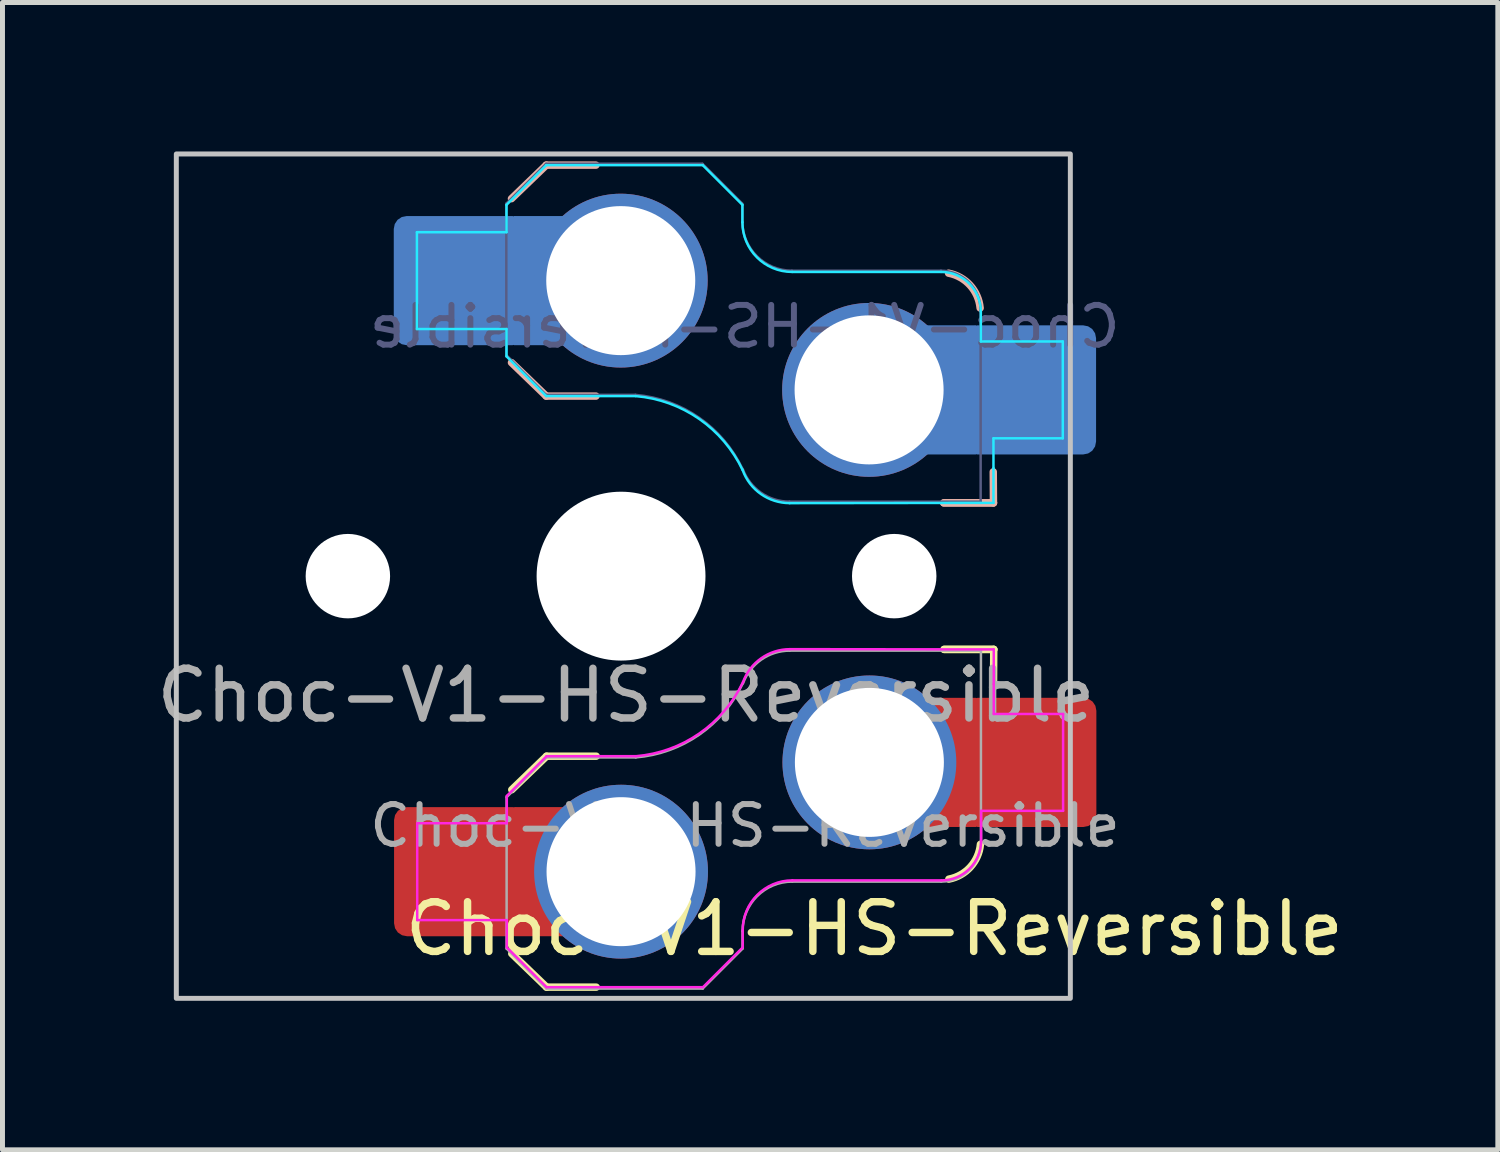
<source format=kicad_pcb>
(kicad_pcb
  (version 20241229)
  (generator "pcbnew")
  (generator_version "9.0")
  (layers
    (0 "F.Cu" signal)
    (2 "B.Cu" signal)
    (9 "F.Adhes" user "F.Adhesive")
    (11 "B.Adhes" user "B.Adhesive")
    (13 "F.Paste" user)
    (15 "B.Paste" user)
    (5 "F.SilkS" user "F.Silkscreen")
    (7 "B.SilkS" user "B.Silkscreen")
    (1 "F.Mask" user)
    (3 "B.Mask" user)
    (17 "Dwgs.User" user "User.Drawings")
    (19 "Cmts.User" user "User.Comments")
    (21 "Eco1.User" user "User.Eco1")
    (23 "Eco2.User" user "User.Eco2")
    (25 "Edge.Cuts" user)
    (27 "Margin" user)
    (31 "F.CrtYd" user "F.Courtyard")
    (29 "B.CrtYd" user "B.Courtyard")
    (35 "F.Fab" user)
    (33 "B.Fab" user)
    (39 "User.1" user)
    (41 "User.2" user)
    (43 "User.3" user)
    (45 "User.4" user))
  (footprint "Choc-V1-HS-Reversible"
    (layer "F.Cu")
    (at 9.454 8.55)
    (property "Reference" "Choc-V1-HS-Reversible" (at 5.1 7.1 0) (unlocked yes) (layer "F.SilkS") (effects (font (size 1 1) (thickness 0.15))))
    (attr through_hole)
    (fp_line (start -2.2 7.6) (end -1.5 8.275) (stroke (width 0.15) (type solid)) (layer "F.SilkS"))
    (fp_line (start -1.5 3.625) (end -2.2 4.3) (stroke (width 0.15) (type solid)) (layer "F.SilkS"))
    (fp_line (start -1.5 3.625) (end -0.5 3.625) (stroke (width 0.15) (type solid)) (layer "F.SilkS"))
    (fp_line (start -1.5 8.275) (end -0.5 8.275) (stroke (width 0.15) (type solid)) (layer "F.SilkS"))
    (fp_line (start 7.504 1.475) (end 6.504 1.475) (stroke (width 0.15) (type solid)) (layer "F.SilkS"))
    (fp_line (start 7.504 1.475) (end 6.504 1.475) (stroke (width 0.15) (type solid)) (layer "F.SilkS"))
    (fp_line (start 7.504 1.475) (end 7.5 2.1) (stroke (width 0.15) (type solid)) (layer "F.SilkS"))
    (fp_arc (start 7.235936 5.398682) (mid 7.03477 5.855253) (end 6.6 6.099999) (stroke (width 0.15) (type solid)) (layer "F.SilkS"))
    (fp_line (start -2.206 -7.6) (end -1.506 -8.275) (stroke (width 0.15) (type solid)) (layer "B.SilkS"))
    (fp_line (start -1.506 -8.275) (end -0.506 -8.275) (stroke (width 0.15) (type solid)) (layer "B.SilkS"))
    (fp_line (start -1.506 -3.625) (end -2.206 -4.3) (stroke (width 0.15) (type solid)) (layer "B.SilkS"))
    (fp_line (start -1.506 -3.625) (end -0.506 -3.625) (stroke (width 0.15) (type solid)) (layer "B.SilkS"))
    (fp_line (start 7.498 -1.475) (end 6.498 -1.475) (stroke (width 0.15) (type solid)) (layer "B.SilkS"))
    (fp_line (start 7.498 -1.475) (end 6.498 -1.475) (stroke (width 0.15) (type solid)) (layer "B.SilkS"))
    (fp_line (start 7.498 -1.475) (end 7.494 -2.1) (stroke (width 0.15) (type solid)) (layer "B.SilkS"))
    (fp_arc (start 6.594 -6.099999) (mid 7.028769 -5.855253) (end 7.229936 -5.398682) (stroke (width 0.15) (type solid)) (layer "B.SilkS"))
    (fp_rect (start -8.954 -8.5) (end 9.046 8.5) (stroke (width 0.1) (type default)) (fill no) (layer "Dwgs.User"))
    (fp_line (start -6.95 -6.45) (end -6.95 6.45) (stroke (width 0.05) (type solid)) (layer "Eco2.User"))
    (fp_line (start -6.45 6.95) (end 6.45 6.95) (stroke (width 0.05) (type solid)) (layer "Eco2.User"))
    (fp_line (start 6.45 -6.95) (end -6.45 -6.95) (stroke (width 0.05) (type solid)) (layer "Eco2.User"))
    (fp_line (start 6.95 6.45) (end 6.95 -6.45) (stroke (width 0.05) (type solid)) (layer "Eco2.User"))
    (fp_arc (start -6.95 -6.45) (mid -6.803553 -6.803553) (end -6.45 -6.95) (stroke (width 0.05) (type solid)) (layer "Eco2.User"))
    (fp_arc (start -6.45 6.95) (mid -6.803553 6.803553) (end -6.95 6.45) (stroke (width 0.05) (type solid)) (layer "Eco2.User"))
    (fp_arc (start 6.45 -6.95) (mid 6.803553 -6.803553) (end 6.95 -6.45) (stroke (width 0.05) (type solid)) (layer "Eco2.User"))
    (fp_arc (start 6.95 6.45) (mid 6.803553 6.803553) (end 6.45 6.95) (stroke (width 0.05) (type solid)) (layer "Eco2.User"))
    (fp_line (start -4.11 -6.925) (end -2.306 -6.925) (stroke (width 0.05) (type solid)) (layer "B.CrtYd"))
    (fp_line (start -4.11 -4.975) (end -4.11 -6.925) (stroke (width 0.05) (type solid)) (layer "B.CrtYd"))
    (fp_line (start -4.11 -4.975) (end -2.306 -4.975) (stroke (width 0.05) (type solid)) (layer "B.CrtYd"))
    (fp_line (start -2.306 -7.475) (end -2.306 -6.925) (stroke (width 0.05) (type solid)) (layer "B.CrtYd"))
    (fp_line (start -2.306 -7.475) (end -1.506 -8.275) (stroke (width 0.05) (type solid)) (layer "B.CrtYd"))
    (fp_line (start -2.306 -4.975) (end -2.306 -4.425) (stroke (width 0.05) (type solid)) (layer "B.CrtYd"))
    (fp_line (start -1.506 -8.275) (end 1.644 -8.275) (stroke (width 0.05) (type solid)) (layer "B.CrtYd"))
    (fp_line (start -1.506 -3.625) (end -2.306 -4.425) (stroke (width 0.05) (type solid)) (layer "B.CrtYd"))
    (fp_line (start -1.506 -3.625) (end 0.294 -3.625) (stroke (width 0.05) (type solid)) (layer "B.CrtYd"))
    (fp_line (start 2.444 -7.475) (end 1.644 -8.275) (stroke (width 0.05) (type solid)) (layer "B.CrtYd"))
    (fp_line (start 2.444 -7.475) (end 2.444 -7.125) (stroke (width 0.05) (type solid)) (layer "B.CrtYd"))
    (fp_line (start 3.444 -6.125) (end 6.444 -6.125) (stroke (width 0.05) (type solid)) (layer "B.CrtYd"))
    (fp_line (start 7.244 -5.325) (end 7.244 -4.725) (stroke (width 0.05) (type solid)) (layer "B.CrtYd"))
    (fp_line (start 7.244 -4.725) (end 8.894 -4.725) (stroke (width 0.05) (type solid)) (layer "B.CrtYd"))
    (fp_line (start 7.498 -2.175) (end 7.498 -2.775) (stroke (width 0.05) (type solid)) (layer "B.CrtYd"))
    (fp_line (start 7.498 -1.475) (end 3.394 -1.47) (stroke (width 0.05) (type solid)) (layer "B.CrtYd"))
    (fp_line (start 7.498 -1.475) (end 7.498 -2.175) (stroke (width 0.05) (type solid)) (layer "B.CrtYd"))
    (fp_line (start 8.894 -4.725) (end 8.894 -2.775) (stroke (width 0.05) (type solid)) (layer "B.CrtYd"))
    (fp_line (start 8.894 -2.775) (end 7.498 -2.775) (stroke (width 0.05) (type solid)) (layer "B.CrtYd"))
    (fp_arc (start 0.293999 -3.624999) (mid 1.57127 -3.167233) (end 2.449443 -2.13293) (stroke (width 0.05) (type solid)) (layer "B.CrtYd"))
    (fp_arc (start 3.394 -1.470412) (mid 2.81713 -1.652554) (end 2.449444 -2.13293) (stroke (width 0.05) (type solid)) (layer "B.CrtYd"))
    (fp_arc (start 3.444 -6.125) (mid 2.736893 -6.417893) (end 2.444 -7.125) (stroke (width 0.05) (type solid)) (layer "B.CrtYd"))
    (fp_arc (start 6.444 -6.125) (mid 7.009685 -5.890685) (end 7.244 -5.325) (stroke (width 0.05) (type solid)) (layer "B.CrtYd"))
    (fp_line (start -4.104 4.975) (end -4.104 6.925) (stroke (width 0.05) (type solid)) (layer "F.CrtYd"))
    (fp_line (start -4.104 4.975) (end -2.3 4.975) (stroke (width 0.05) (type solid)) (layer "F.CrtYd"))
    (fp_line (start -4.104 6.925) (end -2.3 6.925) (stroke (width 0.05) (type solid)) (layer "F.CrtYd"))
    (fp_line (start -2.3 4.975) (end -2.3 4.425) (stroke (width 0.05) (type solid)) (layer "F.CrtYd"))
    (fp_line (start -2.3 7.475) (end -2.3 6.925) (stroke (width 0.05) (type solid)) (layer "F.CrtYd"))
    (fp_line (start -2.3 7.475) (end -1.5 8.275) (stroke (width 0.05) (type solid)) (layer "F.CrtYd"))
    (fp_line (start -1.5 3.625) (end -2.3 4.425) (stroke (width 0.05) (type solid)) (layer "F.CrtYd"))
    (fp_line (start -1.5 3.625) (end 0.3 3.625) (stroke (width 0.05) (type solid)) (layer "F.CrtYd"))
    (fp_line (start -1.5 8.275) (end 1.65 8.275) (stroke (width 0.05) (type solid)) (layer "F.CrtYd"))
    (fp_line (start 2.45 7.475) (end 1.65 8.275) (stroke (width 0.05) (type solid)) (layer "F.CrtYd"))
    (fp_line (start 2.45 7.475) (end 2.45 7.125) (stroke (width 0.05) (type solid)) (layer "F.CrtYd"))
    (fp_line (start 3.45 6.125) (end 6.45 6.125) (stroke (width 0.05) (type solid)) (layer "F.CrtYd"))
    (fp_line (start 7.25 4.725) (end 8.9 4.725) (stroke (width 0.05) (type solid)) (layer "F.CrtYd"))
    (fp_line (start 7.25 5.325) (end 7.25 4.725) (stroke (width 0.05) (type solid)) (layer "F.CrtYd"))
    (fp_line (start 7.504 1.475) (end 3.4 1.47) (stroke (width 0.05) (type solid)) (layer "F.CrtYd"))
    (fp_line (start 7.504 1.475) (end 7.504 2.175) (stroke (width 0.05) (type solid)) (layer "F.CrtYd"))
    (fp_line (start 7.504 2.175) (end 7.504 2.775) (stroke (width 0.05) (type solid)) (layer "F.CrtYd"))
    (fp_line (start 8.9 2.775) (end 7.504 2.775) (stroke (width 0.05) (type solid)) (layer "F.CrtYd"))
    (fp_line (start 8.9 4.725) (end 8.9 2.775) (stroke (width 0.05) (type solid)) (layer "F.CrtYd"))
    (fp_arc (start 2.45 7.125) (mid 2.742893 6.417893) (end 3.45 6.125) (stroke (width 0.05) (type solid)) (layer "F.CrtYd"))
    (fp_arc (start 2.455443 2.13293) (mid 1.57727 3.167233) (end 0.299999 3.624999) (stroke (width 0.05) (type solid)) (layer "F.CrtYd"))
    (fp_arc (start 2.455444 2.13293) (mid 2.82313 1.652553) (end 3.4 1.470412) (stroke (width 0.05) (type solid)) (layer "F.CrtYd"))
    (fp_arc (start 7.25 5.325) (mid 7.015685 5.890685) (end 6.45 6.125) (stroke (width 0.05) (type solid)) (layer "F.CrtYd"))
    (fp_line (start -2.31 -7.5) (end -2.31 -4.45) (stroke (width 0.05) (type solid)) (layer "B.Fab"))
    (fp_line (start -2.31 -7.5) (end -1.51 -8.3) (stroke (width 0.05) (type solid)) (layer "B.Fab"))
    (fp_line (start -1.51 -8.3) (end 1.64 -8.3) (stroke (width 0.05) (type solid)) (layer "B.Fab"))
    (fp_line (start -1.51 -8.3) (end 1.64 -8.3) (stroke (width 0.05) (type solid)) (layer "B.Fab"))
    (fp_line (start -1.51 -3.65) (end -2.31 -4.45) (stroke (width 0.05) (type solid)) (layer "B.Fab"))
    (fp_line (start -1.51 -3.65) (end 0.29 -3.65) (stroke (width 0.05) (type solid)) (layer "B.Fab"))
    (fp_line (start 2.44 -7.5) (end 1.64 -8.3) (stroke (width 0.05) (type solid)) (layer "B.Fab"))
    (fp_line (start 2.44 -7.5) (end 2.44 -7.15) (stroke (width 0.05) (type solid)) (layer "B.Fab"))
    (fp_line (start 3.44 -6.15) (end 6.44 -6.15) (stroke (width 0.05) (type solid)) (layer "B.Fab"))
    (fp_line (start 7.24 -5.35) (end 7.24 -1.5) (stroke (width 0.05) (type solid)) (layer "B.Fab"))
    (fp_line (start 7.24 -1.5) (end 3.39 -1.5) (stroke (width 0.05) (type solid)) (layer "B.Fab"))
    (fp_arc (start 0.289999 -3.649999) (mid 1.567271 -3.192234) (end 2.445444 -2.15793) (stroke (width 0.05) (type solid)) (layer "B.Fab"))
    (fp_arc (start 3.39 -1.5) (mid 2.816423 -1.680848) (end 2.450307 -2.15798) (stroke (width 0.05) (type solid)) (layer "B.Fab"))
    (fp_arc (start 3.44 -6.15) (mid 2.732893 -6.442893) (end 2.44 -7.15) (stroke (width 0.05) (type solid)) (layer "B.Fab"))
    (fp_arc (start 6.44 -6.15) (mid 7.005685 -5.915685) (end 7.24 -5.35) (stroke (width 0.05) (type solid)) (layer "B.Fab"))
    (fp_line (start -2.304 7.5) (end -2.304 4.45) (stroke (width 0.05) (type solid)) (layer "F.Fab"))
    (fp_line (start -2.304 7.5) (end -1.504 8.3) (stroke (width 0.05) (type solid)) (layer "F.Fab"))
    (fp_line (start -1.504 3.65) (end -2.304 4.45) (stroke (width 0.05) (type solid)) (layer "F.Fab"))
    (fp_line (start -1.504 3.65) (end 0.296 3.65) (stroke (width 0.05) (type solid)) (layer "F.Fab"))
    (fp_line (start -1.504 8.3) (end 1.646 8.3) (stroke (width 0.05) (type solid)) (layer "F.Fab"))
    (fp_line (start -1.504 8.3) (end 1.646 8.3) (stroke (width 0.05) (type solid)) (layer "F.Fab"))
    (fp_line (start 2.446 7.5) (end 1.646 8.3) (stroke (width 0.05) (type solid)) (layer "F.Fab"))
    (fp_line (start 2.446 7.5) (end 2.446 7.15) (stroke (width 0.05) (type solid)) (layer "F.Fab"))
    (fp_line (start 3.446 6.15) (end 6.446 6.15) (stroke (width 0.05) (type solid)) (layer "F.Fab"))
    (fp_line (start 7.246 1.5) (end 3.396 1.5) (stroke (width 0.05) (type solid)) (layer "F.Fab"))
    (fp_line (start 7.246 5.35) (end 7.246 1.5) (stroke (width 0.05) (type solid)) (layer "F.Fab"))
    (fp_arc (start 2.446 7.15) (mid 2.738893 6.442893) (end 3.446 6.15) (stroke (width 0.05) (type solid)) (layer "F.Fab"))
    (fp_arc (start 2.451444 2.15793) (mid 1.573271 3.192234) (end 0.295999 3.649999) (stroke (width 0.05) (type solid)) (layer "F.Fab"))
    (fp_arc (start 2.456307 2.15798) (mid 2.822423 1.680848) (end 3.396 1.5) (stroke (width 0.05) (type solid)) (layer "F.Fab"))
    (fp_arc (start 7.246 5.35) (mid 7.011685 5.915685) (end 6.446 6.15) (stroke (width 0.05) (type solid)) (layer "F.Fab"))
    (fp_text user "${REFERENCE}" (at 2.49 -5.025 180) (layer "B.Fab") (effects (font (size 0.8 0.8) (thickness 0.12)) (justify mirror)))
    (fp_text user "${REFERENCE}" (at 0.1 2.4 0) (unlocked yes) (layer "F.Fab") (effects (font (size 1 1) (thickness 0.15))))
    (fp_text user "${REFERENCE}" (at 2.496 5.025 0) (layer "F.Fab") (effects (font (size 0.8 0.8) (thickness 0.12))))
    (pad "" np_thru_hole circle (at -5.5 0 180) (size 1.7 1.7) (drill 1.7) (layers "*.Cu" "*.Mask"))
    (pad "" np_thru_hole circle (at 0 0) (size 3.4 3.4) (drill 3.4) (layers "*.Cu" "*.Mask"))
    (pad "" np_thru_hole circle (at 5.5 0 180) (size 1.7 1.7) (drill 1.7) (layers "*.Cu" "*.Mask"))
    (pad "1" thru_hole circle (at 4.994 -3.75 180) (size 3.5 3.5) (drill 3) (layers "*.Cu" "B.Mask"))
    (pad "1" thru_hole circle (at 5 3.75) (size 3.5 3.5) (drill 3) (layers "*.Cu" "F.Mask"))
    (pad "1" smd rect (at 6.544 -3.75 180) (size 1.2 2.6) (layers "B.Cu"))
    (pad "1" smd rect (at 6.55 3.75) (size 1.2 2.6) (layers "F.Cu"))
    (pad "1" smd roundrect (at 8.239 -3.75 180) (size 2.65 2.6) (layers "B.Cu" "B.Mask" "B.Paste") (roundrect_rratio 0.1))
    (pad "1" smd roundrect (at 8.245 3.75) (size 2.65 2.6) (layers "F.Cu" "F.Mask" "F.Paste") (roundrect_rratio 0.1))
    (pad "2" smd roundrect (at -3.251 -5.95 180) (size 2.65 2.6) (layers "B.Cu" "B.Mask" "B.Paste") (roundrect_rratio 0.1))
    (pad "2" smd roundrect (at -3.245 5.95) (size 2.65 2.6) (layers "F.Cu" "F.Mask" "F.Paste") (roundrect_rratio 0.1))
    (pad "2" smd rect (at -1.556 -5.95) (size 1.2 2.6) (layers "B.Cu"))
    (pad "2" smd rect (at -1.55 5.95 180) (size 1.2 2.6) (layers "F.Cu"))
    (pad "2" thru_hole circle (at -0.006 -5.95 180) (size 3.5 3.5) (drill 3) (layers "*.Cu" "B.Mask"))
    (pad "2" thru_hole circle (at 0 5.95) (size 3.5 3.5) (drill 3) (layers "*.Cu" "F.Mask")))
  (gr_rect
    (start -3 -3)
    (end 27.107 20.1)
    (stroke (width 0.1) (type default))
    (fill no)
    (layer "Edge.Cuts")))
</source>
